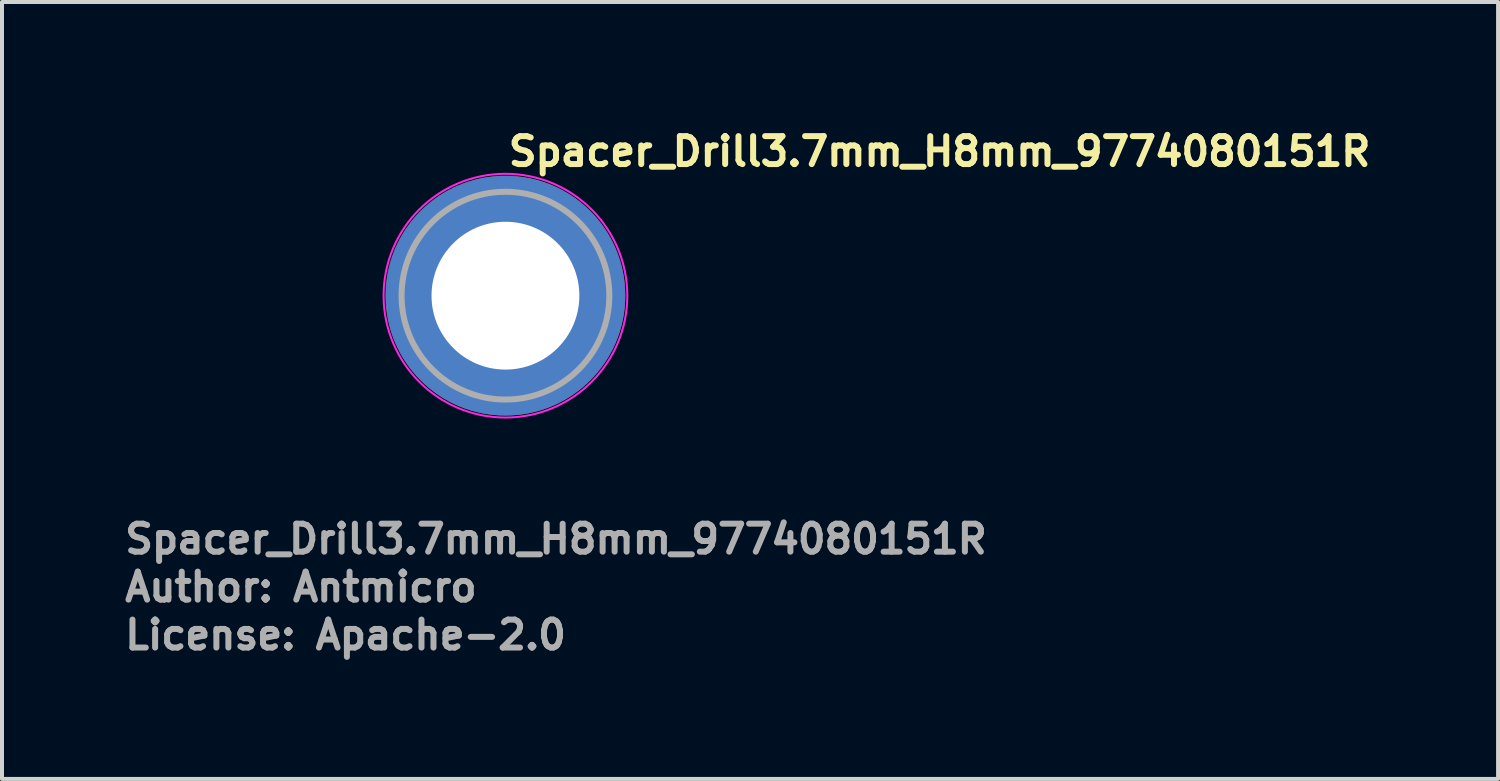
<source format=kicad_pcb>
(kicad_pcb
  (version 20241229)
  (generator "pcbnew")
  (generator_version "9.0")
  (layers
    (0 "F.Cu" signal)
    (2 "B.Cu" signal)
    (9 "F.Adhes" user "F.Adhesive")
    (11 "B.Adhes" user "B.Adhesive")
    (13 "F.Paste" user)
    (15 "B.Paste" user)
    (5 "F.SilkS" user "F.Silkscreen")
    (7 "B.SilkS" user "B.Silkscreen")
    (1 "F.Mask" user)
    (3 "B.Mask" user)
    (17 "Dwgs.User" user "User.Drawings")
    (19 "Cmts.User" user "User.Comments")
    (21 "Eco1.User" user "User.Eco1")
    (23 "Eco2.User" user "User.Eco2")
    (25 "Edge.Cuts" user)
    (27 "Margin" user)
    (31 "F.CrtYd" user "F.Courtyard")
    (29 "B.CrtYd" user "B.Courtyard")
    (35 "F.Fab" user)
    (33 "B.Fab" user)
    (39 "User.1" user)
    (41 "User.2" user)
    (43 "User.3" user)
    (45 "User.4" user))
  (footprint "Spacer_Drill3.7mm_H8mm_9774080151R"
    (layer "F.Cu")
    (at 9.6 4.35)
    (property "Reference" "Spacer_Drill3.7mm_H8mm_9774080151R" (at 0 -3.2 0) (layer "F.SilkS") (effects (font (size 0.7 0.7) (thickness 0.15)) (justify left bottom)))
    (attr smd)
    (fp_circle (center 0 0) (end 3.05 0) (stroke (width 0.05) (type solid)) (fill no) (layer "F.CrtYd"))
    (fp_circle (center 0 0) (end 2.6 0) (stroke (width 0.15) (type solid)) (fill no) (layer "F.Fab"))
    (fp_circle (center 0 0) (end 2.6 0) (stroke (width 0.1) (type solid)) (fill no) (layer "User.5"))
    (fp_circle (center 0 0) (end 1 0) (stroke (width 0.02) (type default)) (fill no) (layer "User.9"))
    (fp_circle (center 0 0) (end 2.55 0) (stroke (width 0.02) (type default)) (fill no) (layer "User.9"))
    (fp_text user "Author: Antmicro" (at -9.6 7.7 0) (layer "F.Fab") (effects (font (size 0.7 0.7) (thickness 0.15)) (justify left bottom)))
    (fp_text user "${REFERENCE}" (at -9.6 6.5 0) (layer "F.Fab") (effects (font (size 0.7 0.7) (thickness 0.15)) (justify left bottom)))
    (fp_text user "License: Apache-2.0" (at -9.6 8.9 0) (layer "F.Fab") (effects (font (size 0.7 0.7) (thickness 0.15)) (justify left bottom)))
    (pad "" smd custom (at -1.7 -1.7) (size 0.62 0.62) (layers "F.Paste") (options (anchor circle)) (primitives (gr_arc (start -0.250195 1.279127) (mid 0.285453 0.294389) (end 1.266786 -0.24747) (width 0.2)) (gr_arc (start -0.34334 1.279127) (mid 0.218448 0.232561) (end 1.259603 -0.339191) (width 0.2)) (gr_arc (start -0.436309 1.279127) (mid 0.152481 0.169693) (end 1.255279 -0.431435) (width 0.2)) (gr_arc (start -0.529126 1.279127) (mid 0.087542 0.105784) (end 1.253811 -0.524161) (width 0.2)) (gr_arc (start -0.621807 1.279127) (mid 0.0309 0.033527) (end 1.275473 -0.621136) (width 0.2)) (gr_arc (start -0.71437 1.279127) (mid -0.037758 -0.026651) (end 1.263664 -0.711602) (width 0.2)) (gr_arc (start -0.806826 1.279127) (mid -0.105837 -0.087395) (end 1.253435 -0.802342) (width 0.2)) (gr_arc (start -0.899187 1.279127) (mid -0.165236 -0.156885) (end 1.267475 -0.897258) (width 0.2)) (gr_arc (start -0.991463 1.279127) (mid -0.228522 -0.222449) (end 1.270645 -0.990112) (width 0.2)) (gr_arc (start -1.083663 1.279127) (mid -0.294507 -0.285313) (end 1.266278 -1.081674) (width 0.2)) (gr_line (start 1.279 -0.25) (end 1.279 -1.084) (width 0.2)) (gr_line (start -0.25 1.279) (end -1.084 1.279) (width 0.2))))
    (pad "" smd custom (at -1.7 1.7 90) (size 0.62 0.62) (layers "F.Paste") (options (anchor circle)) (primitives (gr_arc (start -0.250195 1.279127) (mid 0.285453 0.294389) (end 1.266786 -0.24747) (width 0.2)) (gr_arc (start -0.34334 1.279127) (mid 0.218448 0.232561) (end 1.259603 -0.339191) (width 0.2)) (gr_arc (start -0.436309 1.279127) (mid 0.152481 0.169693) (end 1.255279 -0.431435) (width 0.2)) (gr_arc (start -0.529126 1.279127) (mid 0.087542 0.105784) (end 1.253811 -0.524161) (width 0.2)) (gr_arc (start -0.621807 1.279127) (mid 0.0309 0.033527) (end 1.275473 -0.621136) (width 0.2)) (gr_arc (start -0.71437 1.279127) (mid -0.037758 -0.026651) (end 1.263664 -0.711602) (width 0.2)) (gr_arc (start -0.806826 1.279127) (mid -0.105837 -0.087395) (end 1.253435 -0.802342) (width 0.2)) (gr_arc (start -0.899187 1.279127) (mid -0.165236 -0.156885) (end 1.267475 -0.897258) (width 0.2)) (gr_arc (start -0.991463 1.279127) (mid -0.228522 -0.222449) (end 1.270645 -0.990112) (width 0.2)) (gr_arc (start -1.083663 1.279127) (mid -0.294507 -0.285313) (end 1.266278 -1.081674) (width 0.2)) (gr_line (start 1.279 -0.25) (end 1.279 -1.084) (width 0.2)) (gr_line (start -0.25 1.279) (end -1.084 1.279) (width 0.2))))
    (pad "" smd custom (at 1.7 -1.7 270) (size 0.62 0.62) (layers "F.Paste") (options (anchor circle)) (primitives (gr_arc (start -0.250195 1.279127) (mid 0.285453 0.294389) (end 1.266786 -0.24747) (width 0.2)) (gr_arc (start -0.34334 1.279127) (mid 0.218448 0.232561) (end 1.259603 -0.339191) (width 0.2)) (gr_arc (start -0.436309 1.279127) (mid 0.152481 0.169693) (end 1.255279 -0.431435) (width 0.2)) (gr_arc (start -0.529126 1.279127) (mid 0.087542 0.105784) (end 1.253811 -0.524161) (width 0.2)) (gr_arc (start -0.621807 1.279127) (mid 0.0309 0.033527) (end 1.275473 -0.621136) (width 0.2)) (gr_arc (start -0.71437 1.279127) (mid -0.037758 -0.026651) (end 1.263664 -0.711602) (width 0.2)) (gr_arc (start -0.806826 1.279127) (mid -0.105837 -0.087395) (end 1.253435 -0.802342) (width 0.2)) (gr_arc (start -0.899187 1.279127) (mid -0.165236 -0.156885) (end 1.267475 -0.897258) (width 0.2)) (gr_arc (start -0.991463 1.279127) (mid -0.228522 -0.222449) (end 1.270645 -0.990112) (width 0.2)) (gr_arc (start -1.083663 1.279127) (mid -0.294507 -0.285313) (end 1.266278 -1.081674) (width 0.2)) (gr_line (start 1.279 -0.25) (end 1.279 -1.084) (width 0.2)) (gr_line (start -0.25 1.279) (end -1.084 1.279) (width 0.2))))
    (pad "" smd custom (at 1.7 1.7 180) (size 0.62 0.62) (layers "F.Paste") (options (anchor circle)) (primitives (gr_arc (start -0.250195 1.279127) (mid 0.285453 0.294389) (end 1.266786 -0.24747) (width 0.2)) (gr_arc (start -0.34334 1.279127) (mid 0.218448 0.232561) (end 1.259603 -0.339191) (width 0.2)) (gr_arc (start -0.436309 1.279127) (mid 0.152481 0.169693) (end 1.255279 -0.431435) (width 0.2)) (gr_arc (start -0.529126 1.279127) (mid 0.087542 0.105784) (end 1.253811 -0.524161) (width 0.2)) (gr_arc (start -0.621807 1.279127) (mid 0.0309 0.033527) (end 1.275473 -0.621136) (width 0.2)) (gr_arc (start -0.71437 1.279127) (mid -0.037758 -0.026651) (end 1.263664 -0.711602) (width 0.2)) (gr_arc (start -0.806826 1.279127) (mid -0.105837 -0.087395) (end 1.253435 -0.802342) (width 0.2)) (gr_arc (start -0.899187 1.279127) (mid -0.165236 -0.156885) (end 1.267475 -0.897258) (width 0.2)) (gr_arc (start -0.991463 1.279127) (mid -0.228522 -0.222449) (end 1.270645 -0.990112) (width 0.2)) (gr_arc (start -1.083663 1.279127) (mid -0.294507 -0.285313) (end 1.266278 -1.081674) (width 0.2)) (gr_line (start 1.279 -0.25) (end 1.279 -1.084) (width 0.2)) (gr_line (start -0.25 1.279) (end -1.084 1.279) (width 0.2))))
    (pad "1" thru_hole circle (at 0 0) (size 6 6) (drill 3.7) (layers "*.Cu" "*.Mask")))
  (gr_rect
    (start -3 -3)
    (end 34.443 16.445)
    (stroke (width 0.1) (type default))
    (fill no)
    (layer "Edge.Cuts")))
</source>
